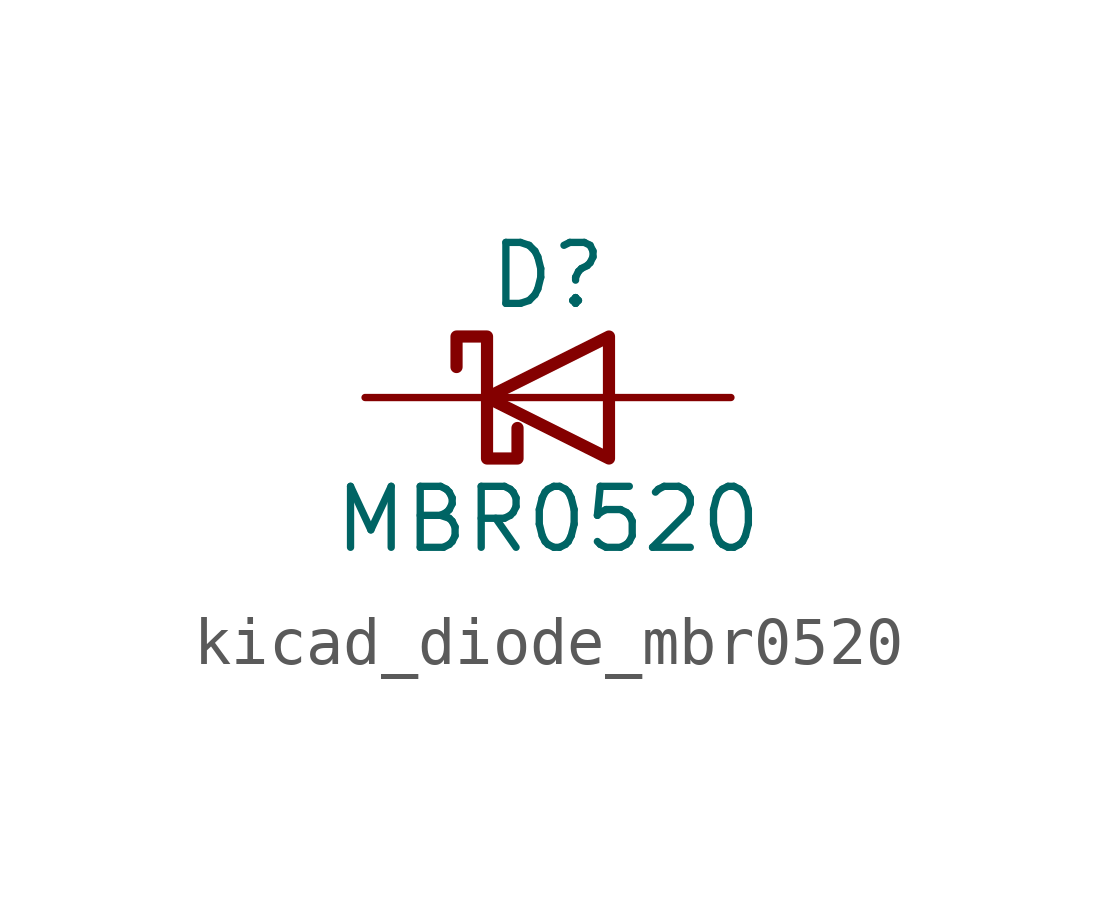
<source format=kicad_sym>
(kicad_symbol_lib
  (version 20220914)
  (generator kicad_symbol_editor)
  (symbol "kicad_diode_mbr0520"
    (pin_numbers hide)
    (pin_names
      (offset 1.016) hide)
    (property "Reference" "D"
      (at 0 2.54 0)
      (effects (font (size 1.27 1.27))))
    (property "Value" "MBR0520"
      (at 0 -2.54 0)
      (effects (font (size 1.27 1.27))))
    (symbol "kicad_diode_mbr0520_0_1"
      (polyline (pts (xy 1.27 0) (xy -1.27 0)) (stroke (width 0) (type default)) (fill (type none)))
      (polyline (pts (xy 1.27 1.27) (xy 1.27 -1.27) (xy -1.27 0) (xy 1.27 1.27)) (stroke (width 0.254) (type default)) (fill (type none)))
      (polyline (pts (xy -1.905 0.635) (xy -1.905 1.27) (xy -1.27 1.27) (xy -1.27 -1.27) (xy -0.635 -1.27) (xy -0.635 -0.635)) (stroke (width 0.254) (type default)) (fill (type none))))
    (symbol "kicad_diode_mbr0520_1_1"
      (pin passive line (at -3.81 0 0) (length 2.54) (name "K" (effects (font (size 1.27 1.27)))) (number "1" (effects (font (size 1.27 1.27)))))
      (pin passive line (at 3.81 0 180) (length 2.54) (name "A" (effects (font (size 1.27 1.27)))) (number "2" (effects (font (size 1.27 1.27))))))))
</source>
